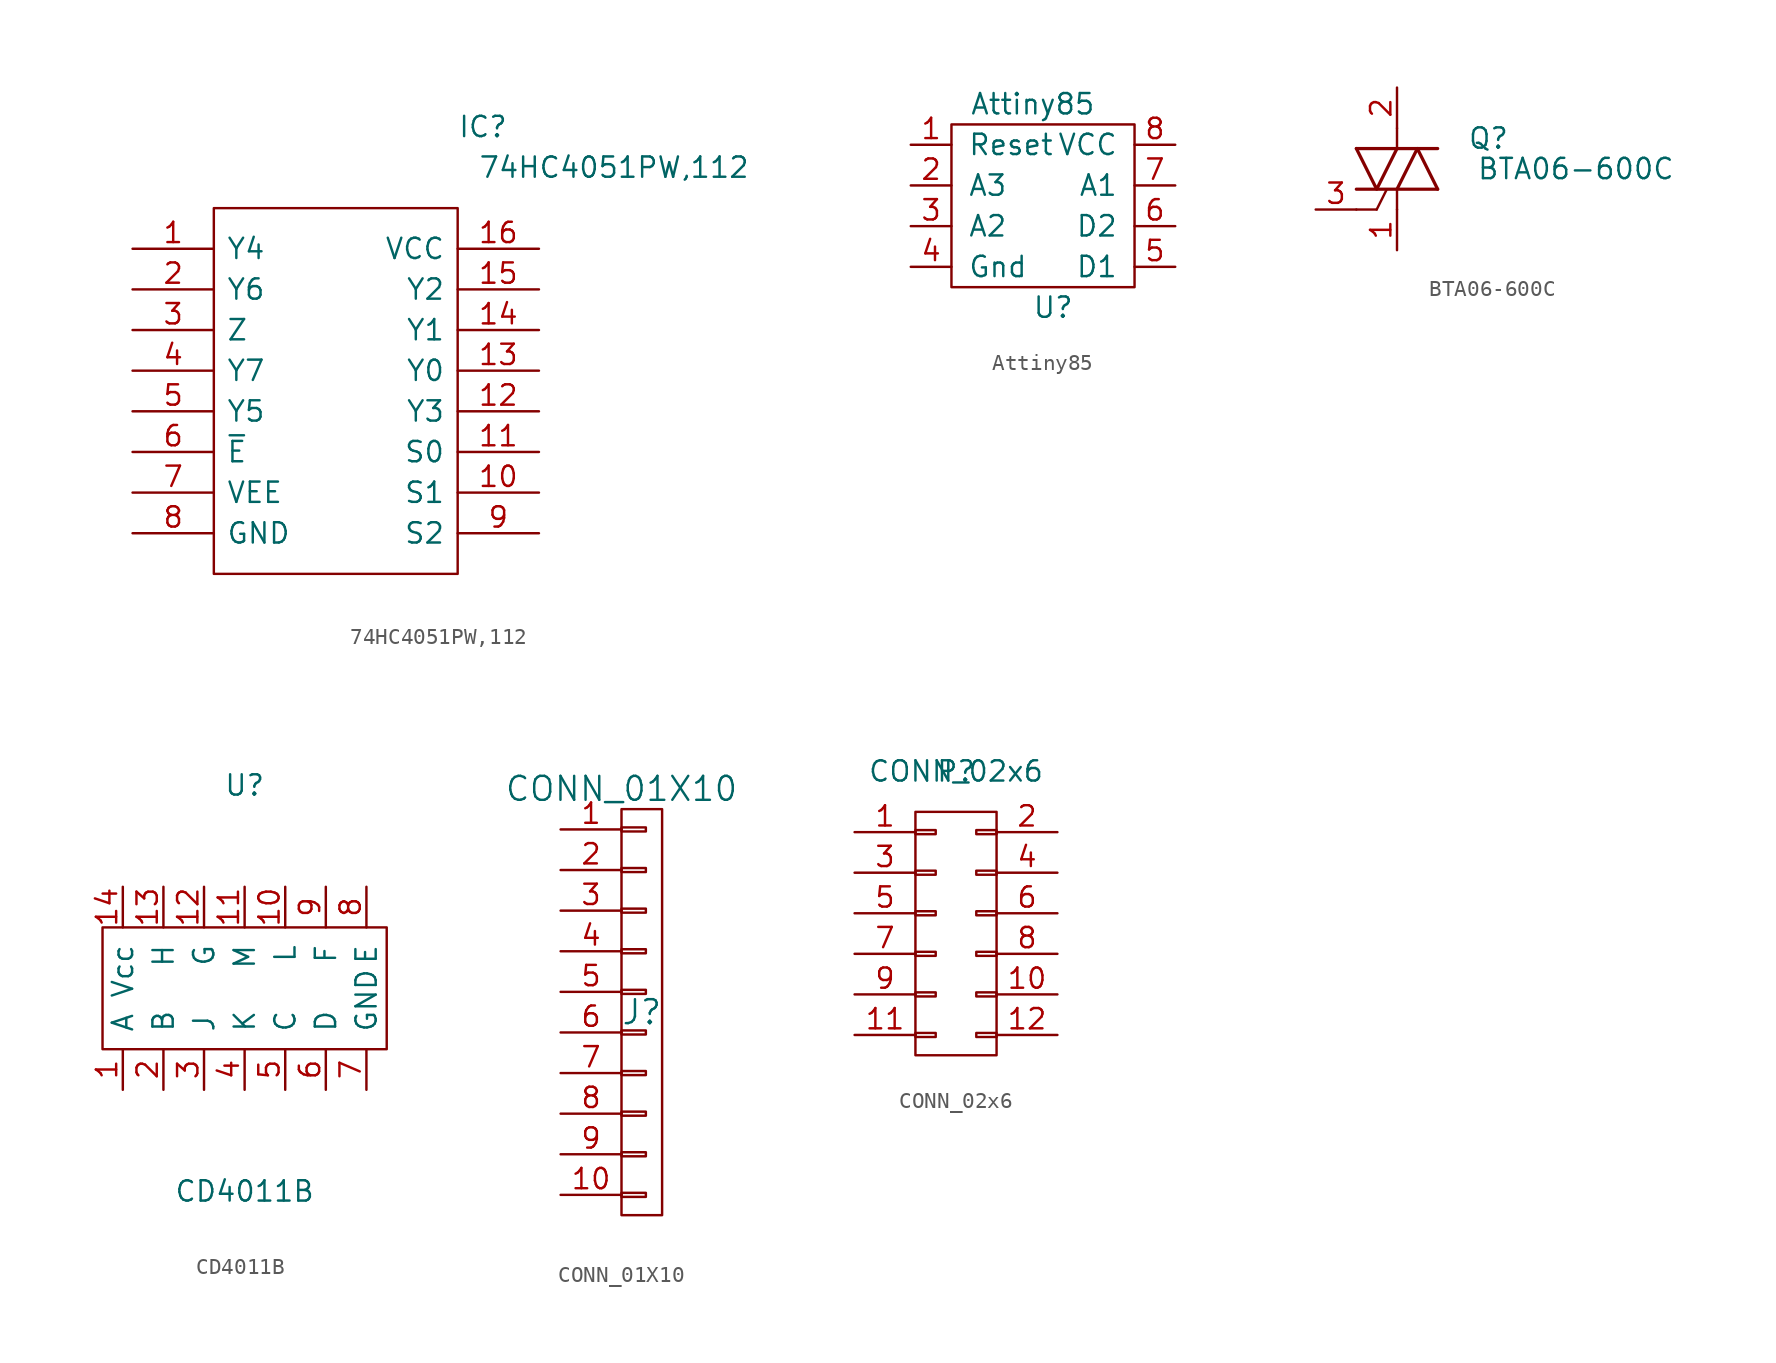
<source format=kicad_sym>
(kicad_symbol_lib
  (version 20231120)
  (generator "kicad_symbol_editor")
  (generator_version "8.0")
  (symbol "74HC4051PW,112"
    (pin_names
      (offset 0.762))
    (property "Reference" "IC"
      (at 7.62 16.51 0)
      (effects (font (size 1.27 1.27)) (justify left)))
    (property "Value" "74HC4051PW,112"
      (at 8.89 13.97 0)
      (effects (font (size 1.27 1.27)) (justify left)))
    (symbol "74HC4051PW,112_0_0"
      (pin passive line (at -12.7 8.89 0) (length 5.08) (name "Y4" (effects (font (size 1.27 1.27)))) (number "1" (effects (font (size 1.27 1.27)))))
      (pin passive line (at 12.7 -6.35 180) (length 5.08) (name "S1" (effects (font (size 1.27 1.27)))) (number "10" (effects (font (size 1.27 1.27)))))
      (pin passive line (at 12.7 -3.81 180) (length 5.08) (name "S0" (effects (font (size 1.27 1.27)))) (number "11" (effects (font (size 1.27 1.27)))))
      (pin passive line (at 12.7 -1.27 180) (length 5.08) (name "Y3" (effects (font (size 1.27 1.27)))) (number "12" (effects (font (size 1.27 1.27)))))
      (pin passive line (at 12.7 1.27 180) (length 5.08) (name "Y0" (effects (font (size 1.27 1.27)))) (number "13" (effects (font (size 1.27 1.27)))))
      (pin passive line (at 12.7 3.81 180) (length 5.08) (name "Y1" (effects (font (size 1.27 1.27)))) (number "14" (effects (font (size 1.27 1.27)))))
      (pin passive line (at 12.7 6.35 180) (length 5.08) (name "Y2" (effects (font (size 1.27 1.27)))) (number "15" (effects (font (size 1.27 1.27)))))
      (pin passive line (at 12.7 8.89 180) (length 5.08) (name "VCC" (effects (font (size 1.27 1.27)))) (number "16" (effects (font (size 1.27 1.27)))))
      (pin passive line (at -12.7 6.35 0) (length 5.08) (name "Y6" (effects (font (size 1.27 1.27)))) (number "2" (effects (font (size 1.27 1.27)))))
      (pin passive line (at -12.7 3.81 0) (length 5.08) (name "Z" (effects (font (size 1.27 1.27)))) (number "3" (effects (font (size 1.27 1.27)))))
      (pin passive line (at -12.7 1.27 0) (length 5.08) (name "Y7" (effects (font (size 1.27 1.27)))) (number "4" (effects (font (size 1.27 1.27)))))
      (pin passive line (at -12.7 -1.27 0) (length 5.08) (name "Y5" (effects (font (size 1.27 1.27)))) (number "5" (effects (font (size 1.27 1.27)))))
      (pin passive line (at -12.7 -3.81 0) (length 5.08) (name "~{E}" (effects (font (size 1.27 1.27)))) (number "6" (effects (font (size 1.27 1.27)))))
      (pin passive line (at -12.7 -6.35 0) (length 5.08) (name "VEE" (effects (font (size 1.27 1.27)))) (number "7" (effects (font (size 1.27 1.27)))))
      (pin passive line (at -12.7 -8.89 0) (length 5.08) (name "GND" (effects (font (size 1.27 1.27)))) (number "8" (effects (font (size 1.27 1.27)))))
      (pin passive line (at 12.7 -8.89 180) (length 5.08) (name "S2" (effects (font (size 1.27 1.27)))) (number "9" (effects (font (size 1.27 1.27))))))
    (symbol "74HC4051PW,112_0_1"
      (polyline (pts (xy -7.62 11.43) (xy 7.62 11.43) (xy 7.62 -11.43) (xy -7.62 -11.43) (xy -7.62 11.43)) (stroke (width 0.152) (type default)) (fill (type none)))))
  (symbol "Attiny85"
    (pin_names
      (offset 1.016))
    (property "Reference" "U"
      (at 1.27 -6.35 0)
      (effects (font (size 1.27 1.27))))
    (property "Value" "Attiny85"
      (at 0 6.35 0)
      (effects (font (size 1.27 1.27))))
    (symbol "Attiny85_0_1"
      (rectangle (start -5.08 5.08) (end 6.35 -5.08) (stroke (width 0) (type default)) (fill (type none))))
    (symbol "Attiny85_1_1"
      (pin input line (at -7.62 3.81 0) (length 2.54) (name "Reset" (effects (font (size 1.27 1.27)))) (number "1" (effects (font (size 1.27 1.27)))))
      (pin bidirectional line (at -7.62 1.27 0) (length 2.54) (name "A3" (effects (font (size 1.27 1.27)))) (number "2" (effects (font (size 1.27 1.27)))))
      (pin bidirectional line (at -7.62 -1.27 0) (length 2.54) (name "A2" (effects (font (size 1.27 1.27)))) (number "3" (effects (font (size 1.27 1.27)))))
      (pin power_in line (at -7.62 -3.81 0) (length 2.54) (name "Gnd" (effects (font (size 1.27 1.27)))) (number "4" (effects (font (size 1.27 1.27)))))
      (pin bidirectional line (at 8.89 -3.81 180) (length 2.54) (name "D1" (effects (font (size 1.27 1.27)))) (number "5" (effects (font (size 1.27 1.27)))))
      (pin bidirectional line (at 8.89 -1.27 180) (length 2.54) (name "D2" (effects (font (size 1.27 1.27)))) (number "6" (effects (font (size 1.27 1.27)))))
      (pin bidirectional line (at 8.89 1.27 180) (length 2.54) (name "A1" (effects (font (size 1.27 1.27)))) (number "7" (effects (font (size 1.27 1.27)))))
      (pin power_in line (at 8.89 3.81 180) (length 2.54) (name "VCC" (effects (font (size 1.27 1.27)))) (number "8" (effects (font (size 1.27 1.27)))))))
  (symbol "BTA06-600C"
    (pin_names
      (offset 1.016) hide)
    (property "Reference" "Q"
      (at 5.715 1.905 0)
      (effects (font (size 1.27 1.27))))
    (property "Value" "BTA06-600C"
      (at 11.176 0 0)
      (effects (font (size 1.27 1.27))))
    (symbol "BTA06-600C_0_1"
      (rectangle (start -2.54 -2.54) (end -1.27 -2.54) (stroke (width 0) (type default)) (fill (type none)))
      (rectangle (start 0 -2.54) (end 0 -1.27) (stroke (width 0) (type default)) (fill (type none)))
      (rectangle (start 0 1.27) (end 0 2.54) (stroke (width 0) (type default)) (fill (type none))))
    (symbol "BTA06-600C_1_1"
      (polyline (pts (xy -2.54 -1.27) (xy 2.54 -1.27)) (stroke (width 0.203) (type default)) (fill (type none)))
      (polyline (pts (xy -2.54 1.27) (xy 2.54 1.27)) (stroke (width 0.203) (type default)) (fill (type none)))
      (polyline (pts (xy -1.27 -2.54) (xy -0.635 -1.27)) (stroke (width 0) (type default)) (fill (type none)))
      (polyline (pts (xy -2.54 1.27) (xy -1.27 -1.27) (xy 0 1.27)) (stroke (width 0.203) (type default)) (fill (type none)))
      (polyline (pts (xy 0 -1.27) (xy 1.27 1.27) (xy 2.54 -1.27)) (stroke (width 0.203) (type default)) (fill (type none)))
      (pin passive line (at 0 -5.08 90) (length 2.54) (name "A1" (effects (font (size 0.635 0.635)))) (number "1" (effects (font (size 1.27 1.27)))))
      (pin passive line (at 0 5.08 270) (length 2.54) (name "A2" (effects (font (size 0.635 0.635)))) (number "2" (effects (font (size 1.27 1.27)))))
      (pin input line (at -5.08 -2.54 0) (length 2.54) (name "G" (effects (font (size 0.635 0.635)))) (number "3" (effects (font (size 1.27 1.27)))))))
  (symbol "CD4011B"
    (pin_names
      (offset 1.016))
    (property "Reference" "U"
      (at 0 12.7 0)
      (effects (font (size 1.27 1.27))))
    (property "Value" "CD4011B"
      (at 0 -12.7 0)
      (effects (font (size 1.27 1.27))))
    (symbol "CD4011B_0_1"
      (rectangle (start -8.89 3.81) (end 8.89 -3.81) (stroke (width 0) (type default)) (fill (type none))))
    (symbol "CD4011B_1_1"
      (pin input line (at -7.62 -6.35 90) (length 2.54) (name "A" (effects (font (size 1.27 1.27)))) (number "1" (effects (font (size 1.27 1.27)))))
      (pin output line (at 2.54 6.35 270) (length 2.54) (name "L" (effects (font (size 1.27 1.27)))) (number "10" (effects (font (size 1.27 1.27)))))
      (pin output line (at 0 6.35 270) (length 2.54) (name "M" (effects (font (size 1.27 1.27)))) (number "11" (effects (font (size 1.27 1.27)))))
      (pin input line (at -2.54 6.35 270) (length 2.54) (name "G" (effects (font (size 1.27 1.27)))) (number "12" (effects (font (size 1.27 1.27)))))
      (pin input line (at -5.08 6.35 270) (length 2.54) (name "H" (effects (font (size 1.27 1.27)))) (number "13" (effects (font (size 1.27 1.27)))))
      (pin power_out line (at -7.62 6.35 270) (length 2.54) (name "Vcc" (effects (font (size 1.27 1.27)))) (number "14" (effects (font (size 1.27 1.27)))))
      (pin input line (at -5.08 -6.35 90) (length 2.54) (name "B" (effects (font (size 1.27 1.27)))) (number "2" (effects (font (size 1.27 1.27)))))
      (pin output line (at -2.54 -6.35 90) (length 2.54) (name "J" (effects (font (size 1.27 1.27)))) (number "3" (effects (font (size 1.27 1.27)))))
      (pin output line (at 0 -6.35 90) (length 2.54) (name "K" (effects (font (size 1.27 1.27)))) (number "4" (effects (font (size 1.27 1.27)))))
      (pin input line (at 2.54 -6.35 90) (length 2.54) (name "C" (effects (font (size 1.27 1.27)))) (number "5" (effects (font (size 1.27 1.27)))))
      (pin input line (at 5.08 -6.35 90) (length 2.54) (name "D" (effects (font (size 1.27 1.27)))) (number "6" (effects (font (size 1.27 1.27)))))
      (pin power_in line (at 7.62 -6.35 90) (length 2.54) (name "GND" (effects (font (size 1.27 1.27)))) (number "7" (effects (font (size 1.27 1.27)))))
      (pin input line (at 7.62 6.35 270) (length 2.54) (name "E" (effects (font (size 1.27 1.27)))) (number "8" (effects (font (size 1.27 1.27)))))
      (pin input line (at 5.08 6.35 270) (length 2.54) (name "F" (effects (font (size 1.27 1.27)))) (number "9" (effects (font (size 1.27 1.27)))))))
  (symbol "CONN_01X10"
    (pin_names
      (offset 1.016))
    (property "Reference" "J"
      (at 0 0 0)
      (effects (font (size 1.499 1.499))))
    (property "Value" "CONN_01X10"
      (at -1.27 13.97 0)
      (effects (font (size 1.499 1.499))))
    (symbol "CONN_01X10_1_1"
      (rectangle (start -1.27 -12.7) (end 1.27 12.7) (stroke (width 0) (type default)) (fill (type none)))
      (rectangle (start -1.27 -11.303) (end 0.254 -11.557) (stroke (width 0) (type default)) (fill (type none)))
      (rectangle (start -1.27 -8.763) (end 0.254 -9.017) (stroke (width 0) (type default)) (fill (type none)))
      (rectangle (start -1.27 -6.223) (end 0.254 -6.477) (stroke (width 0) (type default)) (fill (type none)))
      (rectangle (start -1.27 -3.683) (end 0.254 -3.937) (stroke (width 0) (type default)) (fill (type none)))
      (rectangle (start -1.27 -1.143) (end 0.254 -1.397) (stroke (width 0) (type default)) (fill (type none)))
      (rectangle (start -1.27 1.397) (end 0.254 1.143) (stroke (width 0) (type default)) (fill (type none)))
      (rectangle (start -1.27 3.937) (end 0.254 3.683) (stroke (width 0) (type default)) (fill (type none)))
      (rectangle (start -1.27 6.477) (end 0.254 6.223) (stroke (width 0) (type default)) (fill (type none)))
      (rectangle (start -1.27 9.017) (end 0.254 8.763) (stroke (width 0) (type default)) (fill (type none)))
      (rectangle (start -1.27 11.557) (end 0.254 11.303) (stroke (width 0) (type default)) (fill (type none)))
      (pin passive line (at -5.08 11.43 0) (length 3.81) (name "~" (effects (font (size 1.27 1.27)))) (number "1" (effects (font (size 1.27 1.27)))))
      (pin passive line (at -5.08 -11.43 0) (length 3.81) (name "~" (effects (font (size 1.27 1.27)))) (number "10" (effects (font (size 1.27 1.27)))))
      (pin passive line (at -5.08 8.89 0) (length 3.81) (name "~" (effects (font (size 1.27 1.27)))) (number "2" (effects (font (size 1.27 1.27)))))
      (pin passive line (at -5.08 6.35 0) (length 3.81) (name "~" (effects (font (size 1.27 1.27)))) (number "3" (effects (font (size 1.27 1.27)))))
      (pin passive line (at -5.08 3.81 0) (length 3.81) (name "~" (effects (font (size 1.27 1.27)))) (number "4" (effects (font (size 1.27 1.27)))))
      (pin passive line (at -5.08 1.27 0) (length 3.81) (name "~" (effects (font (size 1.27 1.27)))) (number "5" (effects (font (size 1.27 1.27)))))
      (pin passive line (at -5.08 -1.27 0) (length 3.81) (name "~" (effects (font (size 1.27 1.27)))) (number "6" (effects (font (size 1.27 1.27)))))
      (pin passive line (at -5.08 -3.81 0) (length 3.81) (name "~" (effects (font (size 1.27 1.27)))) (number "7" (effects (font (size 1.27 1.27)))))
      (pin passive line (at -5.08 -6.35 0) (length 3.81) (name "~" (effects (font (size 1.27 1.27)))) (number "8" (effects (font (size 1.27 1.27)))))
      (pin passive line (at -5.08 -8.89 0) (length 3.81) (name "~" (effects (font (size 1.27 1.27)))) (number "9" (effects (font (size 1.27 1.27)))))))
  (symbol "CONN_02x6"
    (pin_names
      (offset 1.016))
    (property "Reference" "P"
      (at 0 10.16 0)
      (effects (font (size 1.27 1.27))))
    (property "Value" "CONN_02x6"
      (at 0 10.16 0)
      (effects (font (size 1.27 1.27))))
    (symbol "CONN_02x6_1_1"
      (rectangle (start -2.54 -6.223) (end -1.27 -6.477) (stroke (width 0) (type default)) (fill (type none)))
      (rectangle (start -2.54 -3.683) (end -1.27 -3.937) (stroke (width 0) (type default)) (fill (type none)))
      (rectangle (start -2.54 -1.143) (end -1.27 -1.397) (stroke (width 0) (type default)) (fill (type none)))
      (rectangle (start -2.54 1.397) (end -1.27 1.143) (stroke (width 0) (type default)) (fill (type none)))
      (rectangle (start -2.54 3.937) (end -1.27 3.683) (stroke (width 0) (type default)) (fill (type none)))
      (rectangle (start -2.54 6.477) (end -1.27 6.223) (stroke (width 0) (type default)) (fill (type none)))
      (rectangle (start -2.54 7.62) (end 2.54 -7.62) (stroke (width 0) (type default)) (fill (type none)))
      (rectangle (start 1.27 -6.223) (end 2.54 -6.477) (stroke (width 0) (type default)) (fill (type none)))
      (rectangle (start 1.27 -3.683) (end 2.54 -3.937) (stroke (width 0) (type default)) (fill (type none)))
      (rectangle (start 1.27 -1.143) (end 2.54 -1.397) (stroke (width 0) (type default)) (fill (type none)))
      (rectangle (start 1.27 1.397) (end 2.54 1.143) (stroke (width 0) (type default)) (fill (type none)))
      (rectangle (start 1.27 3.937) (end 2.54 3.683) (stroke (width 0) (type default)) (fill (type none)))
      (rectangle (start 1.27 6.477) (end 2.54 6.223) (stroke (width 0) (type default)) (fill (type none)))
      (pin passive line (at -6.35 6.35 0) (length 3.81) (name "~" (effects (font (size 1.27 1.27)))) (number "1" (effects (font (size 1.27 1.27)))))
      (pin passive line (at 6.35 -3.81 180) (length 3.81) (name "~" (effects (font (size 1.27 1.27)))) (number "10" (effects (font (size 1.27 1.27)))))
      (pin passive line (at -6.35 -6.35 0) (length 3.81) (name "~" (effects (font (size 1.27 1.27)))) (number "11" (effects (font (size 1.27 1.27)))))
      (pin passive line (at 6.35 -6.35 180) (length 3.81) (name "~" (effects (font (size 1.27 1.27)))) (number "12" (effects (font (size 1.27 1.27)))))
      (pin passive line (at 6.35 6.35 180) (length 3.81) (name "~" (effects (font (size 1.27 1.27)))) (number "2" (effects (font (size 1.27 1.27)))))
      (pin passive line (at -6.35 3.81 0) (length 3.81) (name "~" (effects (font (size 1.27 1.27)))) (number "3" (effects (font (size 1.27 1.27)))))
      (pin passive line (at 6.35 3.81 180) (length 3.81) (name "~" (effects (font (size 1.27 1.27)))) (number "4" (effects (font (size 1.27 1.27)))))
      (pin passive line (at -6.35 1.27 0) (length 3.81) (name "~" (effects (font (size 1.27 1.27)))) (number "5" (effects (font (size 1.27 1.27)))))
      (pin passive line (at 6.35 1.27 180) (length 3.81) (name "~" (effects (font (size 1.27 1.27)))) (number "6" (effects (font (size 1.27 1.27)))))
      (pin passive line (at -6.35 -1.27 0) (length 3.81) (name "~" (effects (font (size 1.27 1.27)))) (number "7" (effects (font (size 1.27 1.27)))))
      (pin passive line (at 6.35 -1.27 180) (length 3.81) (name "~" (effects (font (size 1.27 1.27)))) (number "8" (effects (font (size 1.27 1.27)))))
      (pin passive line (at -6.35 -3.81 0) (length 3.81) (name "~" (effects (font (size 1.27 1.27)))) (number "9" (effects (font (size 1.27 1.27))))))))
</source>
